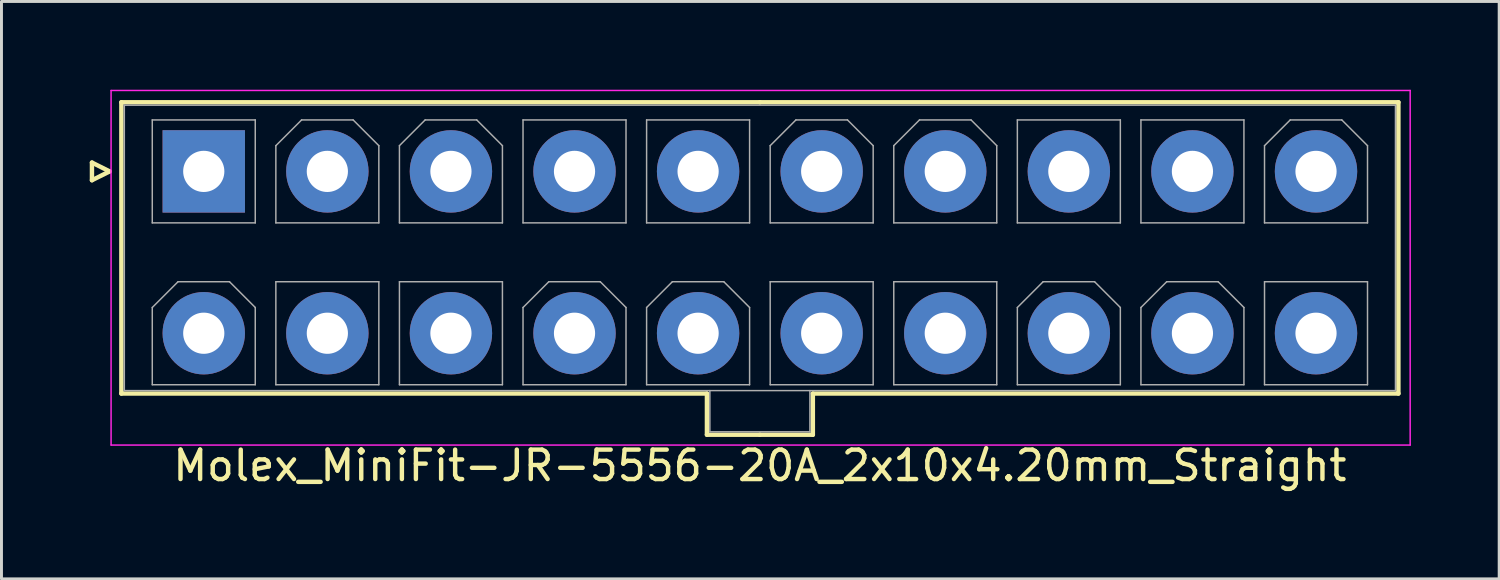
<source format=kicad_pcb>
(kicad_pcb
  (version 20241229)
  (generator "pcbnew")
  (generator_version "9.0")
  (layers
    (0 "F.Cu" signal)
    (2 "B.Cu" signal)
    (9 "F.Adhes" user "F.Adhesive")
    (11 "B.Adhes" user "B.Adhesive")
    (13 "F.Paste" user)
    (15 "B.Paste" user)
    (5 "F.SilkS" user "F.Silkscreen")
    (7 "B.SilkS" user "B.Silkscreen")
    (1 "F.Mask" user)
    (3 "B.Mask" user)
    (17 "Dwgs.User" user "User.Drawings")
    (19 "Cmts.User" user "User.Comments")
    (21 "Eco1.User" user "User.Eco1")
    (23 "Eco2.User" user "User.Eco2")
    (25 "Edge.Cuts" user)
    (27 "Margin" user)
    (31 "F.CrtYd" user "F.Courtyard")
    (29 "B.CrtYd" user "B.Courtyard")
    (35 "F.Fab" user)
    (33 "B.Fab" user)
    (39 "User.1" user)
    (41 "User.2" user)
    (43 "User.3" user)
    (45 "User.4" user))
  (footprint "Molex_MiniFit-JR-5556-20A_2x10x4.20mm_Straight"
    (layer "F.Cu")
    (at 3.875 2.775)
    (property "Reference" "Molex_MiniFit-JR-5556-20A_2x10x4.20mm_Straight" (at 18.9 10 0) (layer "F.SilkS") (effects (font (size 1 1) (thickness 0.15))))
    (attr through_hole)
    (fp_line (start -3.8 -0.3) (end -3.2 0) (stroke (width 0.15) (type solid)) (layer "F.SilkS"))
    (fp_line (start -3.8 0.3) (end -3.8 -0.3) (stroke (width 0.15) (type solid)) (layer "F.SilkS"))
    (fp_line (start -3.2 0) (end -3.8 0.3) (stroke (width 0.15) (type solid)) (layer "F.SilkS"))
    (fp_line (start -2.8 -2.35) (end -2.8 7.55) (stroke (width 0.15) (type solid)) (layer "F.SilkS"))
    (fp_line (start -2.8 7.55) (end 17.1 7.55) (stroke (width 0.15) (type solid)) (layer "F.SilkS"))
    (fp_line (start 17.1 7.55) (end 17.1 8.95) (stroke (width 0.15) (type solid)) (layer "F.SilkS"))
    (fp_line (start 17.1 8.95) (end 18.9 8.95) (stroke (width 0.15) (type solid)) (layer "F.SilkS"))
    (fp_line (start 18.9 -2.35) (end -2.8 -2.35) (stroke (width 0.15) (type solid)) (layer "F.SilkS"))
    (fp_line (start 18.9 -2.35) (end 40.6 -2.35) (stroke (width 0.15) (type solid)) (layer "F.SilkS"))
    (fp_line (start 20.7 7.55) (end 20.7 8.95) (stroke (width 0.15) (type solid)) (layer "F.SilkS"))
    (fp_line (start 20.7 8.95) (end 18.9 8.95) (stroke (width 0.15) (type solid)) (layer "F.SilkS"))
    (fp_line (start 40.6 -2.35) (end 40.6 7.55) (stroke (width 0.15) (type solid)) (layer "F.SilkS"))
    (fp_line (start 40.6 7.55) (end 20.7 7.55) (stroke (width 0.15) (type solid)) (layer "F.SilkS"))
    (fp_line (start -3.15 -2.75) (end -3.15 9.3) (stroke (width 0.05) (type solid)) (layer "F.CrtYd"))
    (fp_line (start -3.15 9.3) (end 41 9.3) (stroke (width 0.05) (type solid)) (layer "F.CrtYd"))
    (fp_line (start 41 -2.75) (end -3.15 -2.75) (stroke (width 0.05) (type solid)) (layer "F.CrtYd"))
    (fp_line (start 41 9.3) (end 41 -2.75) (stroke (width 0.05) (type solid)) (layer "F.CrtYd"))
    (fp_line (start -2.7 -2.25) (end -2.7 7.45) (stroke (width 0.05) (type solid)) (layer "F.Fab"))
    (fp_line (start -2.7 7.45) (end 40.5 7.45) (stroke (width 0.05) (type solid)) (layer "F.Fab"))
    (fp_line (start -1.75 -1.75) (end -1.75 1.75) (stroke (width 0.05) (type solid)) (layer "F.Fab"))
    (fp_line (start -1.75 1.75) (end 1.75 1.75) (stroke (width 0.05) (type solid)) (layer "F.Fab"))
    (fp_line (start -1.75 4.625) (end -0.875 3.75) (stroke (width 0.05) (type solid)) (layer "F.Fab"))
    (fp_line (start -1.75 7.25) (end -1.75 4.625) (stroke (width 0.05) (type solid)) (layer "F.Fab"))
    (fp_line (start -0.875 3.75) (end 0.875 3.75) (stroke (width 0.05) (type solid)) (layer "F.Fab"))
    (fp_line (start 0.875 3.75) (end 1.75 4.625) (stroke (width 0.05) (type solid)) (layer "F.Fab"))
    (fp_line (start 1.75 -1.75) (end -1.75 -1.75) (stroke (width 0.05) (type solid)) (layer "F.Fab"))
    (fp_line (start 1.75 1.75) (end 1.75 -1.75) (stroke (width 0.05) (type solid)) (layer "F.Fab"))
    (fp_line (start 1.75 4.625) (end 1.75 7.25) (stroke (width 0.05) (type solid)) (layer "F.Fab"))
    (fp_line (start 1.75 7.25) (end -1.75 7.25) (stroke (width 0.05) (type solid)) (layer "F.Fab"))
    (fp_line (start 2.45 -0.875) (end 3.325 -1.75) (stroke (width 0.05) (type solid)) (layer "F.Fab"))
    (fp_line (start 2.45 1.75) (end 2.45 -0.875) (stroke (width 0.05) (type solid)) (layer "F.Fab"))
    (fp_line (start 2.45 3.75) (end 2.45 7.25) (stroke (width 0.05) (type solid)) (layer "F.Fab"))
    (fp_line (start 2.45 7.25) (end 5.95 7.25) (stroke (width 0.05) (type solid)) (layer "F.Fab"))
    (fp_line (start 3.325 -1.75) (end 5.075 -1.75) (stroke (width 0.05) (type solid)) (layer "F.Fab"))
    (fp_line (start 5.075 -1.75) (end 5.95 -0.875) (stroke (width 0.05) (type solid)) (layer "F.Fab"))
    (fp_line (start 5.95 -0.875) (end 5.95 1.75) (stroke (width 0.05) (type solid)) (layer "F.Fab"))
    (fp_line (start 5.95 1.75) (end 2.45 1.75) (stroke (width 0.05) (type solid)) (layer "F.Fab"))
    (fp_line (start 5.95 3.75) (end 2.45 3.75) (stroke (width 0.05) (type solid)) (layer "F.Fab"))
    (fp_line (start 5.95 7.25) (end 5.95 3.75) (stroke (width 0.05) (type solid)) (layer "F.Fab"))
    (fp_line (start 6.65 -0.875) (end 7.525 -1.75) (stroke (width 0.05) (type solid)) (layer "F.Fab"))
    (fp_line (start 6.65 1.75) (end 6.65 -0.875) (stroke (width 0.05) (type solid)) (layer "F.Fab"))
    (fp_line (start 6.65 3.75) (end 6.65 7.25) (stroke (width 0.05) (type solid)) (layer "F.Fab"))
    (fp_line (start 6.65 7.25) (end 10.15 7.25) (stroke (width 0.05) (type solid)) (layer "F.Fab"))
    (fp_line (start 7.525 -1.75) (end 9.275 -1.75) (stroke (width 0.05) (type solid)) (layer "F.Fab"))
    (fp_line (start 9.275 -1.75) (end 10.15 -0.875) (stroke (width 0.05) (type solid)) (layer "F.Fab"))
    (fp_line (start 10.15 -0.875) (end 10.15 1.75) (stroke (width 0.05) (type solid)) (layer "F.Fab"))
    (fp_line (start 10.15 1.75) (end 6.65 1.75) (stroke (width 0.05) (type solid)) (layer "F.Fab"))
    (fp_line (start 10.15 3.75) (end 6.65 3.75) (stroke (width 0.05) (type solid)) (layer "F.Fab"))
    (fp_line (start 10.15 7.25) (end 10.15 3.75) (stroke (width 0.05) (type solid)) (layer "F.Fab"))
    (fp_line (start 10.85 -1.75) (end 10.85 1.75) (stroke (width 0.05) (type solid)) (layer "F.Fab"))
    (fp_line (start 10.85 1.75) (end 14.35 1.75) (stroke (width 0.05) (type solid)) (layer "F.Fab"))
    (fp_line (start 10.85 4.625) (end 11.725 3.75) (stroke (width 0.05) (type solid)) (layer "F.Fab"))
    (fp_line (start 10.85 7.25) (end 10.85 4.625) (stroke (width 0.05) (type solid)) (layer "F.Fab"))
    (fp_line (start 11.725 3.75) (end 13.475 3.75) (stroke (width 0.05) (type solid)) (layer "F.Fab"))
    (fp_line (start 13.475 3.75) (end 14.35 4.625) (stroke (width 0.05) (type solid)) (layer "F.Fab"))
    (fp_line (start 14.35 -1.75) (end 10.85 -1.75) (stroke (width 0.05) (type solid)) (layer "F.Fab"))
    (fp_line (start 14.35 1.75) (end 14.35 -1.75) (stroke (width 0.05) (type solid)) (layer "F.Fab"))
    (fp_line (start 14.35 4.625) (end 14.35 7.25) (stroke (width 0.05) (type solid)) (layer "F.Fab"))
    (fp_line (start 14.35 7.25) (end 10.85 7.25) (stroke (width 0.05) (type solid)) (layer "F.Fab"))
    (fp_line (start 15.05 -1.75) (end 15.05 1.75) (stroke (width 0.05) (type solid)) (layer "F.Fab"))
    (fp_line (start 15.05 1.75) (end 18.55 1.75) (stroke (width 0.05) (type solid)) (layer "F.Fab"))
    (fp_line (start 15.05 4.625) (end 15.925 3.75) (stroke (width 0.05) (type solid)) (layer "F.Fab"))
    (fp_line (start 15.05 7.25) (end 15.05 4.625) (stroke (width 0.05) (type solid)) (layer "F.Fab"))
    (fp_line (start 15.925 3.75) (end 17.675 3.75) (stroke (width 0.05) (type solid)) (layer "F.Fab"))
    (fp_line (start 17.2 7.45) (end 17.2 8.85) (stroke (width 0.05) (type solid)) (layer "F.Fab"))
    (fp_line (start 17.2 8.85) (end 20.6 8.85) (stroke (width 0.05) (type solid)) (layer "F.Fab"))
    (fp_line (start 17.675 3.75) (end 18.55 4.625) (stroke (width 0.05) (type solid)) (layer "F.Fab"))
    (fp_line (start 18.55 -1.75) (end 15.05 -1.75) (stroke (width 0.05) (type solid)) (layer "F.Fab"))
    (fp_line (start 18.55 1.75) (end 18.55 -1.75) (stroke (width 0.05) (type solid)) (layer "F.Fab"))
    (fp_line (start 18.55 4.625) (end 18.55 7.25) (stroke (width 0.05) (type solid)) (layer "F.Fab"))
    (fp_line (start 18.55 7.25) (end 15.05 7.25) (stroke (width 0.05) (type solid)) (layer "F.Fab"))
    (fp_line (start 19.25 -0.875) (end 20.125 -1.75) (stroke (width 0.05) (type solid)) (layer "F.Fab"))
    (fp_line (start 19.25 1.75) (end 19.25 -0.875) (stroke (width 0.05) (type solid)) (layer "F.Fab"))
    (fp_line (start 19.25 3.75) (end 19.25 7.25) (stroke (width 0.05) (type solid)) (layer "F.Fab"))
    (fp_line (start 19.25 7.25) (end 22.75 7.25) (stroke (width 0.05) (type solid)) (layer "F.Fab"))
    (fp_line (start 20.125 -1.75) (end 21.875 -1.75) (stroke (width 0.05) (type solid)) (layer "F.Fab"))
    (fp_line (start 20.6 8.85) (end 20.6 7.45) (stroke (width 0.05) (type solid)) (layer "F.Fab"))
    (fp_line (start 21.875 -1.75) (end 22.75 -0.875) (stroke (width 0.05) (type solid)) (layer "F.Fab"))
    (fp_line (start 22.75 -0.875) (end 22.75 1.75) (stroke (width 0.05) (type solid)) (layer "F.Fab"))
    (fp_line (start 22.75 1.75) (end 19.25 1.75) (stroke (width 0.05) (type solid)) (layer "F.Fab"))
    (fp_line (start 22.75 3.75) (end 19.25 3.75) (stroke (width 0.05) (type solid)) (layer "F.Fab"))
    (fp_line (start 22.75 7.25) (end 22.75 3.75) (stroke (width 0.05) (type solid)) (layer "F.Fab"))
    (fp_line (start 23.45 -0.875) (end 24.325 -1.75) (stroke (width 0.05) (type solid)) (layer "F.Fab"))
    (fp_line (start 23.45 1.75) (end 23.45 -0.875) (stroke (width 0.05) (type solid)) (layer "F.Fab"))
    (fp_line (start 23.45 3.75) (end 23.45 7.25) (stroke (width 0.05) (type solid)) (layer "F.Fab"))
    (fp_line (start 23.45 7.25) (end 26.95 7.25) (stroke (width 0.05) (type solid)) (layer "F.Fab"))
    (fp_line (start 24.325 -1.75) (end 26.075 -1.75) (stroke (width 0.05) (type solid)) (layer "F.Fab"))
    (fp_line (start 26.075 -1.75) (end 26.95 -0.875) (stroke (width 0.05) (type solid)) (layer "F.Fab"))
    (fp_line (start 26.95 -0.875) (end 26.95 1.75) (stroke (width 0.05) (type solid)) (layer "F.Fab"))
    (fp_line (start 26.95 1.75) (end 23.45 1.75) (stroke (width 0.05) (type solid)) (layer "F.Fab"))
    (fp_line (start 26.95 3.75) (end 23.45 3.75) (stroke (width 0.05) (type solid)) (layer "F.Fab"))
    (fp_line (start 26.95 7.25) (end 26.95 3.75) (stroke (width 0.05) (type solid)) (layer "F.Fab"))
    (fp_line (start 27.65 -1.75) (end 27.65 1.75) (stroke (width 0.05) (type solid)) (layer "F.Fab"))
    (fp_line (start 27.65 1.75) (end 31.15 1.75) (stroke (width 0.05) (type solid)) (layer "F.Fab"))
    (fp_line (start 27.65 4.625) (end 28.525 3.75) (stroke (width 0.05) (type solid)) (layer "F.Fab"))
    (fp_line (start 27.65 7.25) (end 27.65 4.625) (stroke (width 0.05) (type solid)) (layer "F.Fab"))
    (fp_line (start 28.525 3.75) (end 30.275 3.75) (stroke (width 0.05) (type solid)) (layer "F.Fab"))
    (fp_line (start 30.275 3.75) (end 31.15 4.625) (stroke (width 0.05) (type solid)) (layer "F.Fab"))
    (fp_line (start 31.15 -1.75) (end 27.65 -1.75) (stroke (width 0.05) (type solid)) (layer "F.Fab"))
    (fp_line (start 31.15 1.75) (end 31.15 -1.75) (stroke (width 0.05) (type solid)) (layer "F.Fab"))
    (fp_line (start 31.15 4.625) (end 31.15 7.25) (stroke (width 0.05) (type solid)) (layer "F.Fab"))
    (fp_line (start 31.15 7.25) (end 27.65 7.25) (stroke (width 0.05) (type solid)) (layer "F.Fab"))
    (fp_line (start 31.85 -1.75) (end 31.85 1.75) (stroke (width 0.05) (type solid)) (layer "F.Fab"))
    (fp_line (start 31.85 1.75) (end 35.35 1.75) (stroke (width 0.05) (type solid)) (layer "F.Fab"))
    (fp_line (start 31.85 4.625) (end 32.725 3.75) (stroke (width 0.05) (type solid)) (layer "F.Fab"))
    (fp_line (start 31.85 7.25) (end 31.85 4.625) (stroke (width 0.05) (type solid)) (layer "F.Fab"))
    (fp_line (start 32.725 3.75) (end 34.475 3.75) (stroke (width 0.05) (type solid)) (layer "F.Fab"))
    (fp_line (start 34.475 3.75) (end 35.35 4.625) (stroke (width 0.05) (type solid)) (layer "F.Fab"))
    (fp_line (start 35.35 -1.75) (end 31.85 -1.75) (stroke (width 0.05) (type solid)) (layer "F.Fab"))
    (fp_line (start 35.35 1.75) (end 35.35 -1.75) (stroke (width 0.05) (type solid)) (layer "F.Fab"))
    (fp_line (start 35.35 4.625) (end 35.35 7.25) (stroke (width 0.05) (type solid)) (layer "F.Fab"))
    (fp_line (start 35.35 7.25) (end 31.85 7.25) (stroke (width 0.05) (type solid)) (layer "F.Fab"))
    (fp_line (start 36.05 -0.875) (end 36.925 -1.75) (stroke (width 0.05) (type solid)) (layer "F.Fab"))
    (fp_line (start 36.05 1.75) (end 36.05 -0.875) (stroke (width 0.05) (type solid)) (layer "F.Fab"))
    (fp_line (start 36.05 3.75) (end 36.05 7.25) (stroke (width 0.05) (type solid)) (layer "F.Fab"))
    (fp_line (start 36.05 7.25) (end 39.55 7.25) (stroke (width 0.05) (type solid)) (layer "F.Fab"))
    (fp_line (start 36.925 -1.75) (end 38.675 -1.75) (stroke (width 0.05) (type solid)) (layer "F.Fab"))
    (fp_line (start 38.675 -1.75) (end 39.55 -0.875) (stroke (width 0.05) (type solid)) (layer "F.Fab"))
    (fp_line (start 39.55 -0.875) (end 39.55 1.75) (stroke (width 0.05) (type solid)) (layer "F.Fab"))
    (fp_line (start 39.55 1.75) (end 36.05 1.75) (stroke (width 0.05) (type solid)) (layer "F.Fab"))
    (fp_line (start 39.55 3.75) (end 36.05 3.75) (stroke (width 0.05) (type solid)) (layer "F.Fab"))
    (fp_line (start 39.55 7.25) (end 39.55 3.75) (stroke (width 0.05) (type solid)) (layer "F.Fab"))
    (fp_line (start 40.5 -2.25) (end -2.7 -2.25) (stroke (width 0.05) (type solid)) (layer "F.Fab"))
    (fp_line (start 40.5 7.45) (end 40.5 -2.25) (stroke (width 0.05) (type solid)) (layer "F.Fab"))
    (pad "1" thru_hole rect (at 0 0) (size 2.8 2.8) (drill 1.4) (layers "*.Cu" "*.Mask"))
    (pad "2" thru_hole circle (at 4.2 0) (size 2.8 2.8) (drill 1.4) (layers "*.Cu" "*.Mask"))
    (pad "3" thru_hole circle (at 8.4 0) (size 2.8 2.8) (drill 1.4) (layers "*.Cu" "*.Mask"))
    (pad "4" thru_hole circle (at 12.6 0) (size 2.8 2.8) (drill 1.4) (layers "*.Cu" "*.Mask"))
    (pad "5" thru_hole circle (at 16.8 0) (size 2.8 2.8) (drill 1.4) (layers "*.Cu" "*.Mask"))
    (pad "6" thru_hole circle (at 21 0) (size 2.8 2.8) (drill 1.4) (layers "*.Cu" "*.Mask"))
    (pad "7" thru_hole circle (at 25.2 0) (size 2.8 2.8) (drill 1.4) (layers "*.Cu" "*.Mask"))
    (pad "8" thru_hole circle (at 29.4 0) (size 2.8 2.8) (drill 1.4) (layers "*.Cu" "*.Mask"))
    (pad "9" thru_hole circle (at 33.6 0) (size 2.8 2.8) (drill 1.4) (layers "*.Cu" "*.Mask"))
    (pad "10" thru_hole circle (at 37.8 0) (size 2.8 2.8) (drill 1.4) (layers "*.Cu" "*.Mask"))
    (pad "11" thru_hole circle (at 0 5.5) (size 2.8 2.8) (drill 1.4) (layers "*.Cu" "*.Mask"))
    (pad "12" thru_hole circle (at 4.2 5.5) (size 2.8 2.8) (drill 1.4) (layers "*.Cu" "*.Mask"))
    (pad "13" thru_hole circle (at 8.4 5.5) (size 2.8 2.8) (drill 1.4) (layers "*.Cu" "*.Mask"))
    (pad "14" thru_hole circle (at 12.6 5.5) (size 2.8 2.8) (drill 1.4) (layers "*.Cu" "*.Mask"))
    (pad "15" thru_hole circle (at 16.8 5.5) (size 2.8 2.8) (drill 1.4) (layers "*.Cu" "*.Mask"))
    (pad "16" thru_hole circle (at 21 5.5) (size 2.8 2.8) (drill 1.4) (layers "*.Cu" "*.Mask"))
    (pad "17" thru_hole circle (at 25.2 5.5) (size 2.8 2.8) (drill 1.4) (layers "*.Cu" "*.Mask"))
    (pad "18" thru_hole circle (at 29.4 5.5) (size 2.8 2.8) (drill 1.4) (layers "*.Cu" "*.Mask"))
    (pad "19" thru_hole circle (at 33.6 5.5) (size 2.8 2.8) (drill 1.4) (layers "*.Cu" "*.Mask"))
    (pad "20" thru_hole circle (at 37.8 5.5) (size 2.8 2.8) (drill 1.4) (layers "*.Cu" "*.Mask")))
  (gr_rect
    (start -3 -3)
    (end 47.9 16.623)
    (stroke (width 0.1) (type default))
    (fill no)
    (layer "Edge.Cuts")))
</source>
